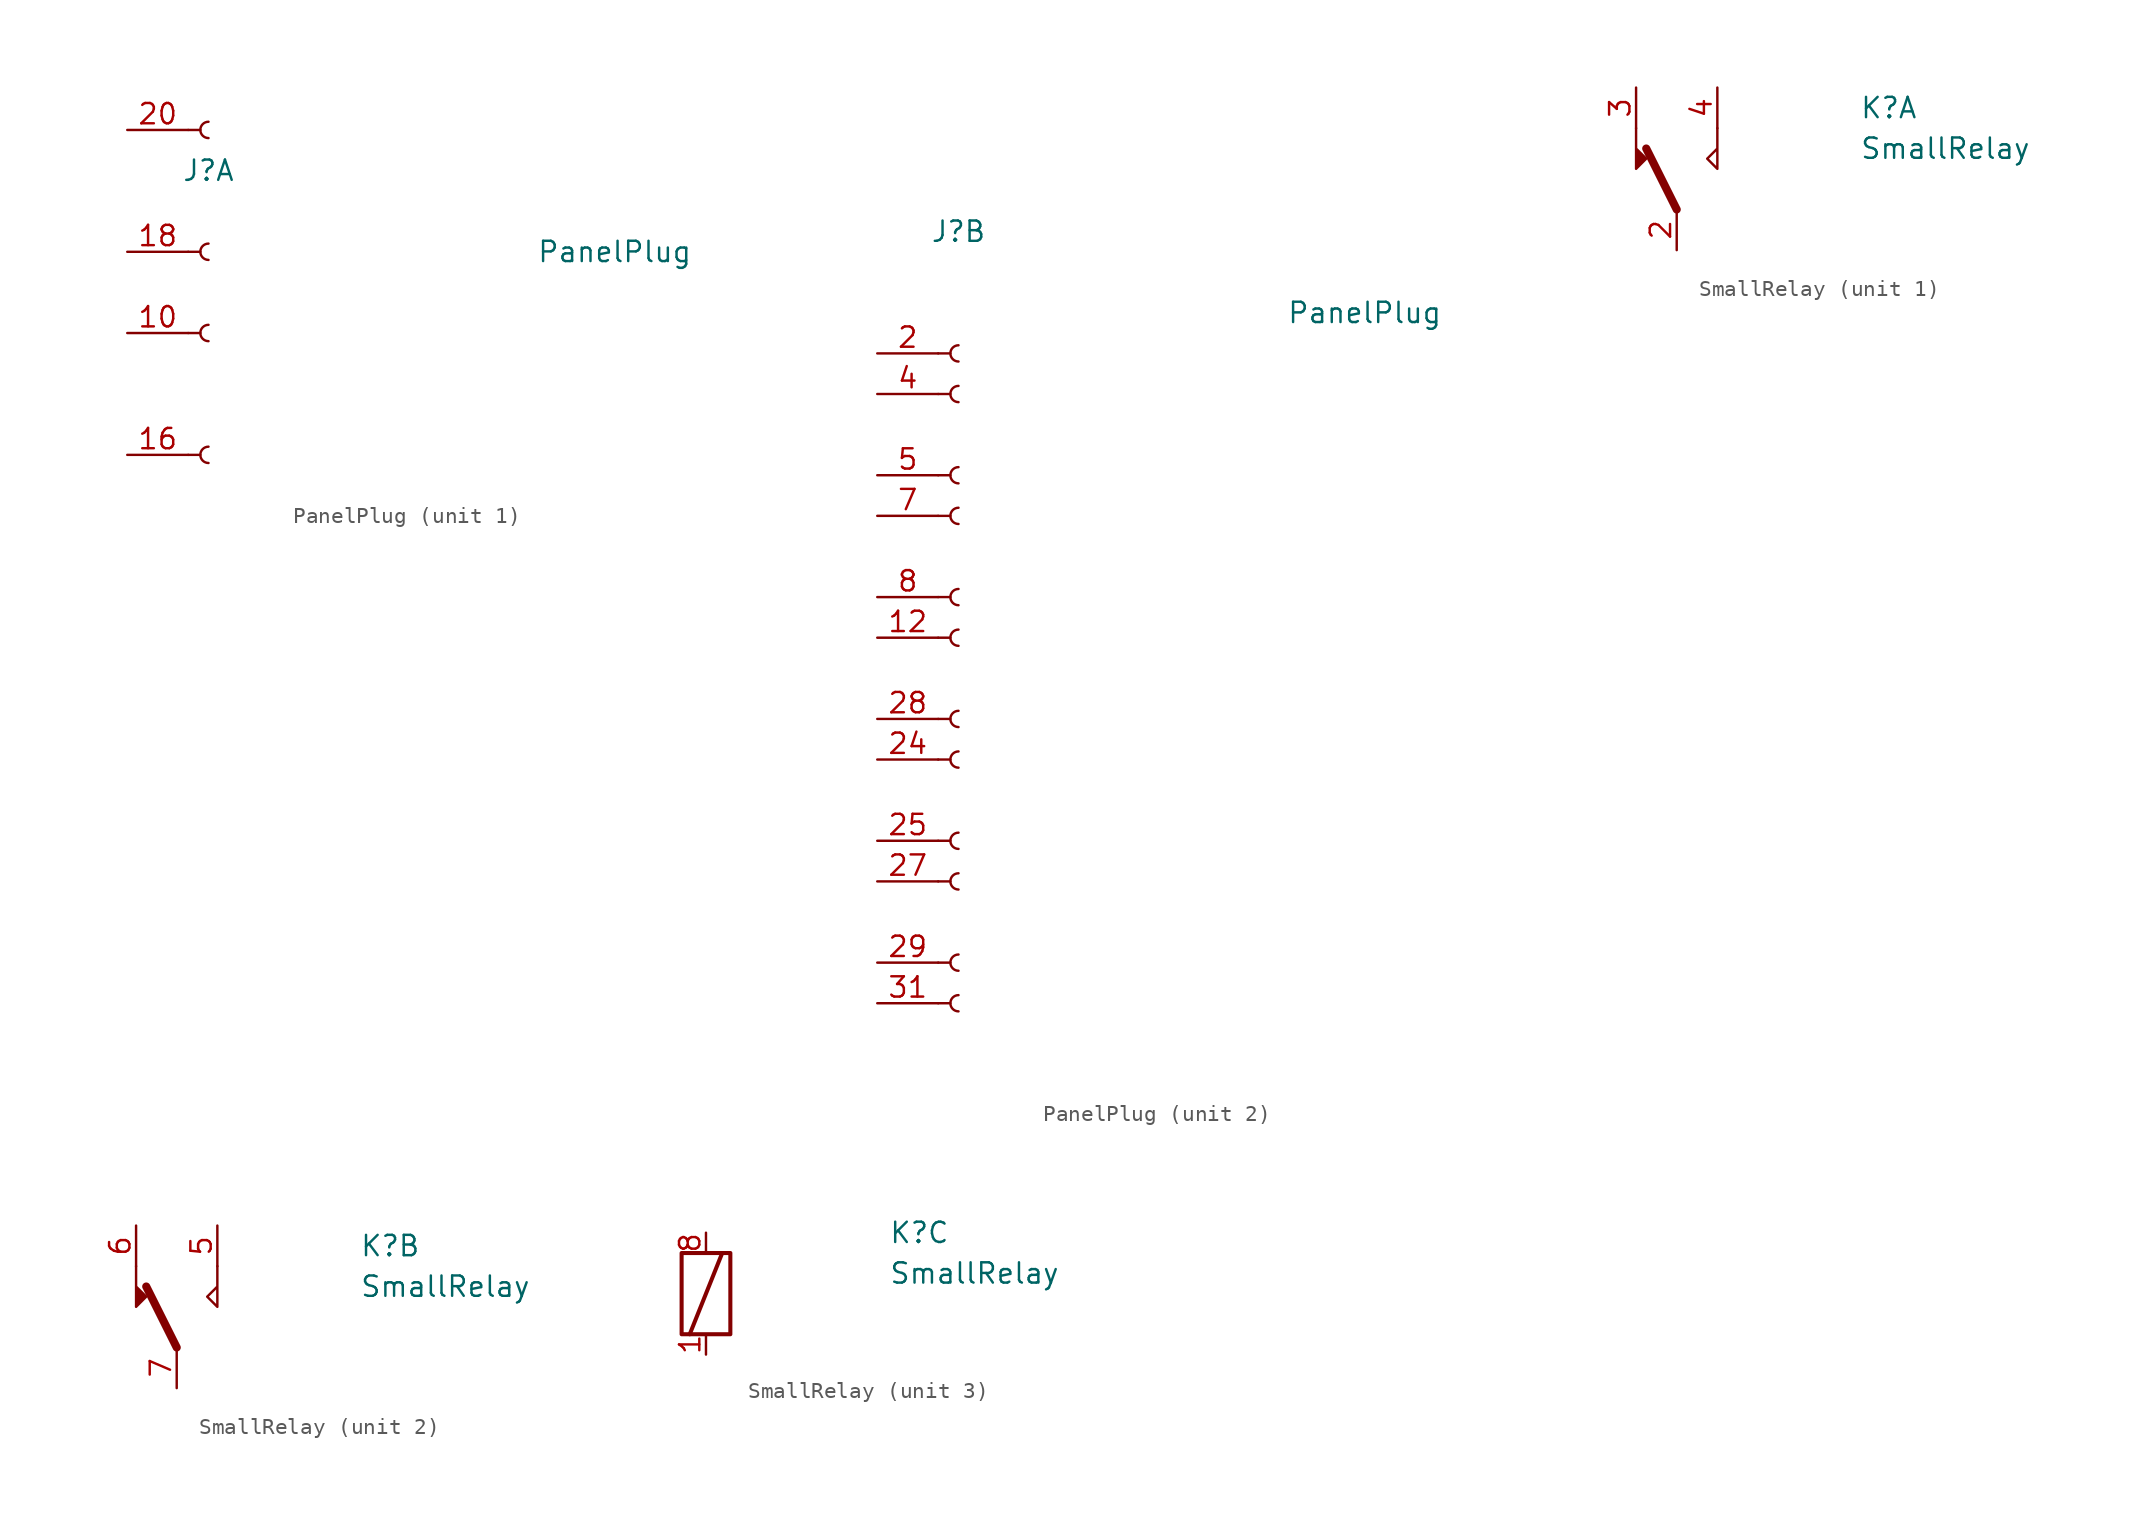
<source format=kicad_sym>
(kicad_symbol_lib
  (version 20211014)
  (generator kicad_symbol_editor)
  (symbol "PanelPlug"
    (pin_names
      (offset 1.016) hide)
    (property "Reference" "J"
      (at 0 7.62 0)
      (effects (font (size 1.27 1.27))))
    (property "Value" "PanelPlug"
      (at 25.4 2.54 0)
      (effects (font (size 1.27 1.27))))
    (property "ki_locked" ""
      (at 0 0 0)
      (effects (font (size 1.27 1.27))))
    (symbol "PanelPlug_1_1"
      (arc (start 0 -9.652) (mid -0.508 -10.16) (end 0 -10.668) (stroke (width 0.1524) (type default) (color 0 0 0 0)) (fill (type none)))
      (arc (start 0 -2.032) (mid -0.508 -2.54) (end 0 -3.048) (stroke (width 0.1524) (type default) (color 0 0 0 0)) (fill (type none)))
      (polyline (pts (xy -1.27 -10.16) (xy -0.508 -10.16)) (stroke (width 0.152) (type default) (color 0 0 0 0)) (fill (type none)))
      (polyline (pts (xy -1.27 -2.54) (xy -0.508 -2.54)) (stroke (width 0.152) (type default) (color 0 0 0 0)) (fill (type none)))
      (polyline (pts (xy -1.27 2.54) (xy -0.508 2.54)) (stroke (width 0.152) (type default) (color 0 0 0 0)) (fill (type none)))
      (polyline (pts (xy -1.27 10.16) (xy -0.508 10.16)) (stroke (width 0.152) (type default) (color 0 0 0 0)) (fill (type none)))
      (arc (start 0 3.048) (mid -0.508 2.54) (end 0 2.032) (stroke (width 0.1524) (type default) (color 0 0 0 0)) (fill (type none)))
      (arc (start 0 10.668) (mid -0.508 10.16) (end 0 9.652) (stroke (width 0.1524) (type default) (color 0 0 0 0)) (fill (type none)))
      (pin passive line (at -5.08 -2.54 0) (length 3.81) (name "Pin_10" (effects (font (size 1.27 1.27)))) (number "10" (effects (font (size 1.27 1.27)))))
      (pin passive line (at -5.08 -10.16 0) (length 3.81) (name "Pin_16" (effects (font (size 1.27 1.27)))) (number "16" (effects (font (size 1.27 1.27)))))
      (pin passive line (at -5.08 2.54 0) (length 3.81) (name "Pin_18" (effects (font (size 1.27 1.27)))) (number "18" (effects (font (size 1.27 1.27)))))
      (pin passive line (at -5.08 10.16 0) (length 3.81) (name "Pin_20" (effects (font (size 1.27 1.27)))) (number "20" (effects (font (size 1.27 1.27))))))
    (symbol "PanelPlug_2_1"
      (arc (start 0 -40.132) (mid -0.508 -40.64) (end 0 -41.148) (stroke (width 0.1524) (type default) (color 0 0 0 0)) (fill (type none)))
      (arc (start 0 -37.592) (mid -0.508 -38.1) (end 0 -38.608) (stroke (width 0.1524) (type default) (color 0 0 0 0)) (fill (type none)))
      (arc (start 0 -32.512) (mid -0.508 -33.02) (end 0 -33.528) (stroke (width 0.1524) (type default) (color 0 0 0 0)) (fill (type none)))
      (arc (start 0 -29.972) (mid -0.508 -30.48) (end 0 -30.988) (stroke (width 0.1524) (type default) (color 0 0 0 0)) (fill (type none)))
      (arc (start 0 -24.892) (mid -0.508 -25.4) (end 0 -25.908) (stroke (width 0.1524) (type default) (color 0 0 0 0)) (fill (type none)))
      (arc (start 0 -22.352) (mid -0.508 -22.86) (end 0 -23.368) (stroke (width 0.1524) (type default) (color 0 0 0 0)) (fill (type none)))
      (arc (start 0 -17.272) (mid -0.508 -17.78) (end 0 -18.288) (stroke (width 0.1524) (type default) (color 0 0 0 0)) (fill (type none)))
      (arc (start 0 -14.732) (mid -0.508 -15.24) (end 0 -15.748) (stroke (width 0.1524) (type default) (color 0 0 0 0)) (fill (type none)))
      (arc (start 0 -9.652) (mid -0.508 -10.16) (end 0 -10.668) (stroke (width 0.1524) (type default) (color 0 0 0 0)) (fill (type none)))
      (arc (start 0 -7.112) (mid -0.508 -7.62) (end 0 -8.128) (stroke (width 0.1524) (type default) (color 0 0 0 0)) (fill (type none)))
      (arc (start 0 -2.032) (mid -0.508 -2.54) (end 0 -3.048) (stroke (width 0.1524) (type default) (color 0 0 0 0)) (fill (type none)))
      (polyline (pts (xy -1.27 -40.64) (xy -0.508 -40.64)) (stroke (width 0.152) (type default) (color 0 0 0 0)) (fill (type none)))
      (polyline (pts (xy -1.27 -38.1) (xy -0.508 -38.1)) (stroke (width 0.152) (type default) (color 0 0 0 0)) (fill (type none)))
      (polyline (pts (xy -1.27 -33.02) (xy -0.508 -33.02)) (stroke (width 0.152) (type default) (color 0 0 0 0)) (fill (type none)))
      (polyline (pts (xy -1.27 -30.48) (xy -0.508 -30.48)) (stroke (width 0.152) (type default) (color 0 0 0 0)) (fill (type none)))
      (polyline (pts (xy -1.27 -25.4) (xy -0.508 -25.4)) (stroke (width 0.152) (type default) (color 0 0 0 0)) (fill (type none)))
      (polyline (pts (xy -1.27 -22.86) (xy -0.508 -22.86)) (stroke (width 0.152) (type default) (color 0 0 0 0)) (fill (type none)))
      (polyline (pts (xy -1.27 -17.78) (xy -0.508 -17.78)) (stroke (width 0.152) (type default) (color 0 0 0 0)) (fill (type none)))
      (polyline (pts (xy -1.27 -15.24) (xy -0.508 -15.24)) (stroke (width 0.152) (type default) (color 0 0 0 0)) (fill (type none)))
      (polyline (pts (xy -1.27 -10.16) (xy -0.508 -10.16)) (stroke (width 0.152) (type default) (color 0 0 0 0)) (fill (type none)))
      (polyline (pts (xy -1.27 -7.62) (xy -0.508 -7.62)) (stroke (width 0.152) (type default) (color 0 0 0 0)) (fill (type none)))
      (polyline (pts (xy -1.27 -2.54) (xy -0.508 -2.54)) (stroke (width 0.152) (type default) (color 0 0 0 0)) (fill (type none)))
      (polyline (pts (xy -1.27 0) (xy -0.508 0)) (stroke (width 0.152) (type default) (color 0 0 0 0)) (fill (type none)))
      (arc (start 0 0.508) (mid -0.508 0) (end 0 -0.508) (stroke (width 0.1524) (type default) (color 0 0 0 0)) (fill (type none)))
      (pin no_connect line (at 25.4 12.7 0) (length 3.81) hide (name "Pin_1" (effects (font (size 1.27 1.27)))) (number "1" (effects (font (size 1.27 1.27)))))
      (pin no_connect line (at 25.4 2.54 0) (length 3.81) hide (name "Pin_11" (effects (font (size 1.27 1.27)))) (number "11" (effects (font (size 1.27 1.27)))))
      (pin passive line (at -5.08 -17.78 0) (length 3.81) (name "Pin_12" (effects (font (size 1.27 1.27)))) (number "12" (effects (font (size 1.27 1.27)))))
      (pin no_connect line (at 25.4 0 0) (length 3.81) hide (name "Pin_13" (effects (font (size 1.27 1.27)))) (number "13" (effects (font (size 1.27 1.27)))))
      (pin no_connect line (at 25.4 -2.54 0) (length 3.81) hide (name "Pin_14" (effects (font (size 1.27 1.27)))) (number "14" (effects (font (size 1.27 1.27)))))
      (pin no_connect line (at 25.4 -5.08 0) (length 3.81) hide (name "Pin_15" (effects (font (size 1.27 1.27)))) (number "15" (effects (font (size 1.27 1.27)))))
      (pin no_connect line (at 25.4 -7.62 0) (length 3.81) hide (name "Pin_17" (effects (font (size 1.27 1.27)))) (number "17" (effects (font (size 1.27 1.27)))))
      (pin no_connect line (at 25.4 -10.16 0) (length 3.81) hide (name "Pin_19" (effects (font (size 1.27 1.27)))) (number "19" (effects (font (size 1.27 1.27)))))
      (pin passive line (at -5.08 0 0) (length 3.81) (name "Pin_2" (effects (font (size 1.27 1.27)))) (number "2" (effects (font (size 1.27 1.27)))))
      (pin no_connect line (at 25.4 -12.7 0) (length 3.81) hide (name "Pin_21" (effects (font (size 1.27 1.27)))) (number "21" (effects (font (size 1.27 1.27)))))
      (pin no_connect line (at 25.4 -15.24 0) (length 3.81) hide (name "Pin_22" (effects (font (size 1.27 1.27)))) (number "22" (effects (font (size 1.27 1.27)))))
      (pin no_connect line (at 25.4 -17.78 0) (length 3.81) hide (name "Pin_23" (effects (font (size 1.27 1.27)))) (number "23" (effects (font (size 1.27 1.27)))))
      (pin passive line (at -5.08 -25.4 0) (length 3.81) (name "Pin_24" (effects (font (size 1.27 1.27)))) (number "24" (effects (font (size 1.27 1.27)))))
      (pin passive line (at -5.08 -30.48 0) (length 3.81) (name "Pin_25" (effects (font (size 1.27 1.27)))) (number "25" (effects (font (size 1.27 1.27)))))
      (pin no_connect line (at 25.4 -20.32 0) (length 3.81) hide (name "Pin_26" (effects (font (size 1.27 1.27)))) (number "26" (effects (font (size 1.27 1.27)))))
      (pin passive line (at -5.08 -33.02 0) (length 3.81) (name "Pin_27" (effects (font (size 1.27 1.27)))) (number "27" (effects (font (size 1.27 1.27)))))
      (pin passive line (at -5.08 -22.86 0) (length 3.81) (name "Pin_28" (effects (font (size 1.27 1.27)))) (number "28" (effects (font (size 1.27 1.27)))))
      (pin passive line (at -5.08 -38.1 0) (length 3.81) (name "Pin_29" (effects (font (size 1.27 1.27)))) (number "29" (effects (font (size 1.27 1.27)))))
      (pin no_connect line (at 25.4 10.16 0) (length 3.81) hide (name "Pin_3" (effects (font (size 1.27 1.27)))) (number "3" (effects (font (size 1.27 1.27)))))
      (pin no_connect line (at 25.4 -22.86 0) (length 3.81) hide (name "Pin_30" (effects (font (size 1.27 1.27)))) (number "30" (effects (font (size 1.27 1.27)))))
      (pin passive line (at -5.08 -40.64 0) (length 3.81) (name "Pin_31" (effects (font (size 1.27 1.27)))) (number "31" (effects (font (size 1.27 1.27)))))
      (pin passive line (at -5.08 -2.54 0) (length 3.81) (name "Pin_4" (effects (font (size 1.27 1.27)))) (number "4" (effects (font (size 1.27 1.27)))))
      (pin passive line (at -5.08 -7.62 0) (length 3.81) (name "Pin_5" (effects (font (size 1.27 1.27)))) (number "5" (effects (font (size 1.27 1.27)))))
      (pin no_connect line (at 25.4 7.62 0) (length 3.81) hide (name "Pin_6" (effects (font (size 1.27 1.27)))) (number "6" (effects (font (size 1.27 1.27)))))
      (pin passive line (at -5.08 -10.16 0) (length 3.81) (name "Pin_7" (effects (font (size 1.27 1.27)))) (number "7" (effects (font (size 1.27 1.27)))))
      (pin passive line (at -5.08 -15.24 0) (length 3.81) (name "Pin_8" (effects (font (size 1.27 1.27)))) (number "8" (effects (font (size 1.27 1.27)))))
      (pin no_connect line (at 25.4 5.08 0) (length 3.81) hide (name "Pin_9" (effects (font (size 1.27 1.27)))) (number "9" (effects (font (size 1.27 1.27)))))))
  (symbol "SmallRelay"
    (property "Reference" "K"
      (at 11.43 3.81 0)
      (effects (font (size 1.27 1.27)) (justify left)))
    (property "Value" "SmallRelay"
      (at 11.43 1.27 0)
      (effects (font (size 1.27 1.27)) (justify left)))
    (property "ki_locked" ""
      (at 0 0 0)
      (effects (font (size 1.27 1.27))))
    (symbol "SmallRelay_1_1"
      (polyline (pts (xy 0 -2.54) (xy -1.905 1.27)) (stroke (width 0.508) (type default) (color 0 0 0 0)) (fill (type none)))
      (polyline (pts (xy -2.54 2.54) (xy -2.54 0) (xy -1.905 0.635) (xy -2.54 1.27)) (stroke (width 0) (type default) (color 0 0 0 0)) (fill (type outline)))
      (polyline (pts (xy 2.54 2.54) (xy 2.54 0) (xy 1.905 0.635) (xy 2.54 1.27)) (stroke (width 0) (type default) (color 0 0 0 0)) (fill (type none)))
      (pin passive line (at 0 -5.08 90) (length 2.54) (name "~" (effects (font (size 1.27 1.27)))) (number "2" (effects (font (size 1.27 1.27)))))
      (pin passive line (at -2.54 5.08 270) (length 2.54) (name "~" (effects (font (size 1.27 1.27)))) (number "3" (effects (font (size 1.27 1.27)))))
      (pin passive line (at 2.54 5.08 270) (length 2.54) (name "~" (effects (font (size 1.27 1.27)))) (number "4" (effects (font (size 1.27 1.27))))))
    (symbol "SmallRelay_2_1"
      (polyline (pts (xy 0 -2.54) (xy -1.905 1.27)) (stroke (width 0.508) (type default) (color 0 0 0 0)) (fill (type none)))
      (polyline (pts (xy -2.54 2.54) (xy -2.54 0) (xy -1.905 0.635) (xy -2.54 1.27)) (stroke (width 0) (type default) (color 0 0 0 0)) (fill (type outline)))
      (polyline (pts (xy 2.54 2.54) (xy 2.54 0) (xy 1.905 0.635) (xy 2.54 1.27)) (stroke (width 0) (type default) (color 0 0 0 0)) (fill (type none)))
      (pin passive line (at 2.54 5.08 270) (length 2.54) (name "~" (effects (font (size 1.27 1.27)))) (number "5" (effects (font (size 1.27 1.27)))))
      (pin passive line (at -2.54 5.08 270) (length 2.54) (name "~" (effects (font (size 1.27 1.27)))) (number "6" (effects (font (size 1.27 1.27)))))
      (pin passive line (at 0 -5.08 90) (length 2.54) (name "~" (effects (font (size 1.27 1.27)))) (number "7" (effects (font (size 1.27 1.27))))))
    (symbol "SmallRelay_3_1"
      (polyline (pts (xy -1.016 -2.54) (xy 1.016 2.54)) (stroke (width 0.254) (type default) (color 0 0 0 0)) (fill (type none)))
      (rectangle (start 1.524 2.54) (end -1.524 -2.54) (stroke (width 0.254) (type default) (color 0 0 0 0)) (fill (type none)))
      (pin passive line (at 0 -3.81 90) (length 1.27) (name "~" (effects (font (size 1.27 1.27)))) (number "1" (effects (font (size 1.27 1.27)))))
      (pin passive line (at 0 3.81 270) (length 1.27) (name "~" (effects (font (size 1.27 1.27)))) (number "8" (effects (font (size 1.27 1.27))))))))
</source>
